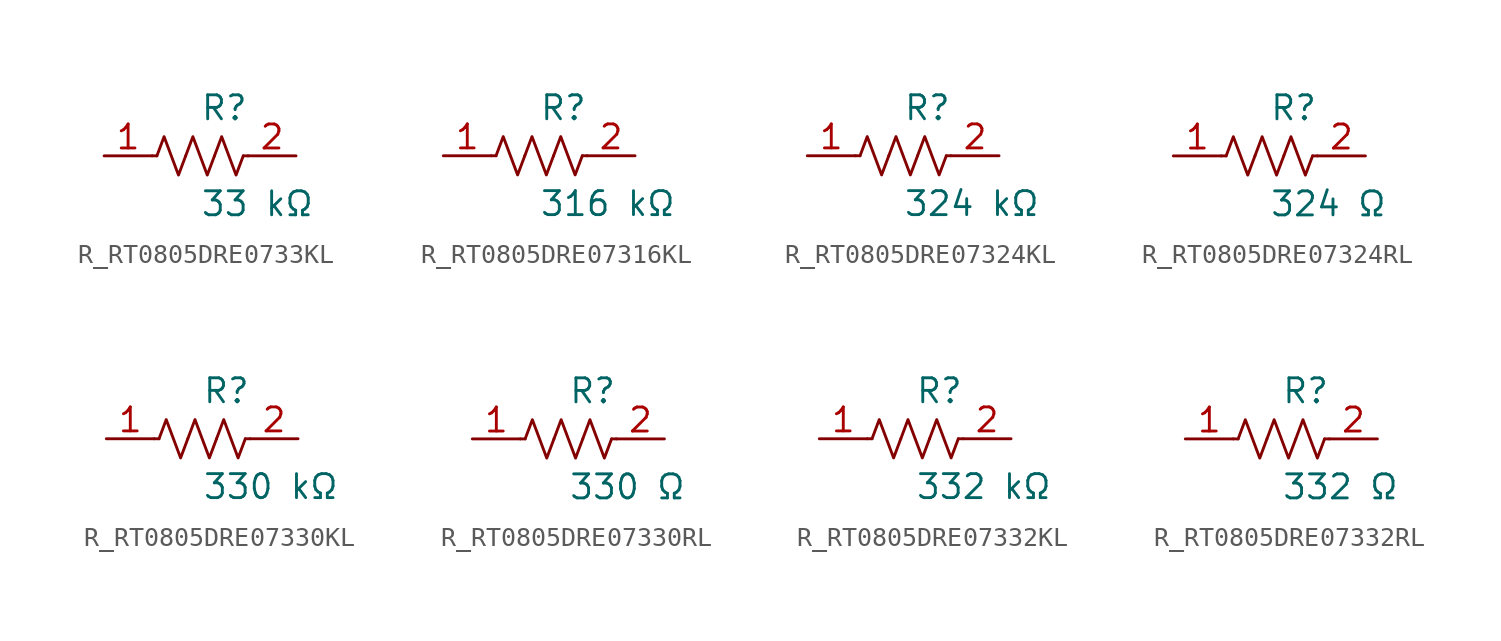
<source format=kicad_sym>
(kicad_symbol_lib
  (version 20231120)
  (generator kicad_symbol_editor)
  (generator_version 8.0)
  (symbol "R_RT0805DRE0733KL"
    (pin_names
      (offset 0.254))
    (property "Reference" "R"
      (at 0 2.54 0)
      (effects (font (size 1.27 1.27)) (justify left)))
    (property "Value" "33 kΩ"
      (at 0 -2.54 0)
      (effects (font (size 1.27 1.27)) (justify left)))
    (symbol "R_RT0805DRE0733KL_0_1"
      (polyline (pts (xy 2.286 0) (xy 2.54 0)) (stroke (width 0) (type default)) (fill (type none)))
      (polyline (pts (xy -2.286 0) (xy -2.54 0)) (stroke (width 0) (type default)) (fill (type none)))
      (polyline (pts (xy 0.762 0) (xy 1.143 1.016) (xy 1.524 0) (xy 1.905 -1.016) (xy 2.286 0)) (stroke (width 0) (type default)) (fill (type none)))
      (polyline (pts (xy -0.762 0) (xy -0.381 1.016) (xy 0 0) (xy 0.381 -1.016) (xy 0.762 0)) (stroke (width 0) (type default)) (fill (type none)))
      (polyline (pts (xy -2.286 0) (xy -1.905 1.016) (xy -1.524 0) (xy -1.143 -1.016) (xy -0.762 0)) (stroke (width 0) (type default)) (fill (type none))))
    (pin passive line
      (at -5.08 0 0)
      (length 2.54)
      (name "" (effects (font (size 1.27 1.27))))
      (number "1" (effects (font (size 1.27 1.27)))))
    (pin passive line
      (at 5.08 0 180)
      (length 2.54)
      (name "" (effects (font (size 1.27 1.27))))
      (number "2" (effects (font (size 1.27 1.27))))))
  (symbol "R_RT0805DRE07316KL"
    (pin_names
      (offset 0.254))
    (property "Reference" "R"
      (at 0 2.54 0)
      (effects (font (size 1.27 1.27)) (justify left)))
    (property "Value" "316 kΩ"
      (at 0 -2.54 0)
      (effects (font (size 1.27 1.27)) (justify left)))
    (symbol "R_RT0805DRE07316KL_0_1"
      (polyline (pts (xy 2.286 0) (xy 2.54 0)) (stroke (width 0) (type default)) (fill (type none)))
      (polyline (pts (xy -2.286 0) (xy -2.54 0)) (stroke (width 0) (type default)) (fill (type none)))
      (polyline (pts (xy 0.762 0) (xy 1.143 1.016) (xy 1.524 0) (xy 1.905 -1.016) (xy 2.286 0)) (stroke (width 0) (type default)) (fill (type none)))
      (polyline (pts (xy -0.762 0) (xy -0.381 1.016) (xy 0 0) (xy 0.381 -1.016) (xy 0.762 0)) (stroke (width 0) (type default)) (fill (type none)))
      (polyline (pts (xy -2.286 0) (xy -1.905 1.016) (xy -1.524 0) (xy -1.143 -1.016) (xy -0.762 0)) (stroke (width 0) (type default)) (fill (type none))))
    (pin passive line
      (at -5.08 0 0)
      (length 2.54)
      (name "" (effects (font (size 1.27 1.27))))
      (number "1" (effects (font (size 1.27 1.27)))))
    (pin passive line
      (at 5.08 0 180)
      (length 2.54)
      (name "" (effects (font (size 1.27 1.27))))
      (number "2" (effects (font (size 1.27 1.27))))))
  (symbol "R_RT0805DRE07324KL"
    (pin_names
      (offset 0.254))
    (property "Reference" "R"
      (at 0 2.54 0)
      (effects (font (size 1.27 1.27)) (justify left)))
    (property "Value" "324 kΩ"
      (at 0 -2.54 0)
      (effects (font (size 1.27 1.27)) (justify left)))
    (symbol "R_RT0805DRE07324KL_0_1"
      (polyline (pts (xy 2.286 0) (xy 2.54 0)) (stroke (width 0) (type default)) (fill (type none)))
      (polyline (pts (xy -2.286 0) (xy -2.54 0)) (stroke (width 0) (type default)) (fill (type none)))
      (polyline (pts (xy 0.762 0) (xy 1.143 1.016) (xy 1.524 0) (xy 1.905 -1.016) (xy 2.286 0)) (stroke (width 0) (type default)) (fill (type none)))
      (polyline (pts (xy -0.762 0) (xy -0.381 1.016) (xy 0 0) (xy 0.381 -1.016) (xy 0.762 0)) (stroke (width 0) (type default)) (fill (type none)))
      (polyline (pts (xy -2.286 0) (xy -1.905 1.016) (xy -1.524 0) (xy -1.143 -1.016) (xy -0.762 0)) (stroke (width 0) (type default)) (fill (type none))))
    (pin passive line
      (at -5.08 0 0)
      (length 2.54)
      (name "" (effects (font (size 1.27 1.27))))
      (number "1" (effects (font (size 1.27 1.27)))))
    (pin passive line
      (at 5.08 0 180)
      (length 2.54)
      (name "" (effects (font (size 1.27 1.27))))
      (number "2" (effects (font (size 1.27 1.27))))))
  (symbol "R_RT0805DRE07324RL"
    (pin_names
      (offset 0.254))
    (property "Reference" "R"
      (at 0 2.54 0)
      (effects (font (size 1.27 1.27)) (justify left)))
    (property "Value" "324 Ω"
      (at 0 -2.54 0)
      (effects (font (size 1.27 1.27)) (justify left)))
    (symbol "R_RT0805DRE07324RL_0_1"
      (polyline (pts (xy 2.286 0) (xy 2.54 0)) (stroke (width 0) (type default)) (fill (type none)))
      (polyline (pts (xy -2.286 0) (xy -2.54 0)) (stroke (width 0) (type default)) (fill (type none)))
      (polyline (pts (xy 0.762 0) (xy 1.143 1.016) (xy 1.524 0) (xy 1.905 -1.016) (xy 2.286 0)) (stroke (width 0) (type default)) (fill (type none)))
      (polyline (pts (xy -0.762 0) (xy -0.381 1.016) (xy 0 0) (xy 0.381 -1.016) (xy 0.762 0)) (stroke (width 0) (type default)) (fill (type none)))
      (polyline (pts (xy -2.286 0) (xy -1.905 1.016) (xy -1.524 0) (xy -1.143 -1.016) (xy -0.762 0)) (stroke (width 0) (type default)) (fill (type none))))
    (pin passive line
      (at -5.08 0 0)
      (length 2.54)
      (name "" (effects (font (size 1.27 1.27))))
      (number "1" (effects (font (size 1.27 1.27)))))
    (pin passive line
      (at 5.08 0 180)
      (length 2.54)
      (name "" (effects (font (size 1.27 1.27))))
      (number "2" (effects (font (size 1.27 1.27))))))
  (symbol "R_RT0805DRE07330KL"
    (pin_names
      (offset 0.254))
    (property "Reference" "R"
      (at 0 2.54 0)
      (effects (font (size 1.27 1.27)) (justify left)))
    (property "Value" "330 kΩ"
      (at 0 -2.54 0)
      (effects (font (size 1.27 1.27)) (justify left)))
    (symbol "R_RT0805DRE07330KL_0_1"
      (polyline (pts (xy 2.286 0) (xy 2.54 0)) (stroke (width 0) (type default)) (fill (type none)))
      (polyline (pts (xy -2.286 0) (xy -2.54 0)) (stroke (width 0) (type default)) (fill (type none)))
      (polyline (pts (xy 0.762 0) (xy 1.143 1.016) (xy 1.524 0) (xy 1.905 -1.016) (xy 2.286 0)) (stroke (width 0) (type default)) (fill (type none)))
      (polyline (pts (xy -0.762 0) (xy -0.381 1.016) (xy 0 0) (xy 0.381 -1.016) (xy 0.762 0)) (stroke (width 0) (type default)) (fill (type none)))
      (polyline (pts (xy -2.286 0) (xy -1.905 1.016) (xy -1.524 0) (xy -1.143 -1.016) (xy -0.762 0)) (stroke (width 0) (type default)) (fill (type none))))
    (pin passive line
      (at -5.08 0 0)
      (length 2.54)
      (name "" (effects (font (size 1.27 1.27))))
      (number "1" (effects (font (size 1.27 1.27)))))
    (pin passive line
      (at 5.08 0 180)
      (length 2.54)
      (name "" (effects (font (size 1.27 1.27))))
      (number "2" (effects (font (size 1.27 1.27))))))
  (symbol "R_RT0805DRE07330RL"
    (pin_names
      (offset 0.254))
    (property "Reference" "R"
      (at 0 2.54 0)
      (effects (font (size 1.27 1.27)) (justify left)))
    (property "Value" "330 Ω"
      (at 0 -2.54 0)
      (effects (font (size 1.27 1.27)) (justify left)))
    (symbol "R_RT0805DRE07330RL_0_1"
      (polyline (pts (xy 2.286 0) (xy 2.54 0)) (stroke (width 0) (type default)) (fill (type none)))
      (polyline (pts (xy -2.286 0) (xy -2.54 0)) (stroke (width 0) (type default)) (fill (type none)))
      (polyline (pts (xy 0.762 0) (xy 1.143 1.016) (xy 1.524 0) (xy 1.905 -1.016) (xy 2.286 0)) (stroke (width 0) (type default)) (fill (type none)))
      (polyline (pts (xy -0.762 0) (xy -0.381 1.016) (xy 0 0) (xy 0.381 -1.016) (xy 0.762 0)) (stroke (width 0) (type default)) (fill (type none)))
      (polyline (pts (xy -2.286 0) (xy -1.905 1.016) (xy -1.524 0) (xy -1.143 -1.016) (xy -0.762 0)) (stroke (width 0) (type default)) (fill (type none))))
    (pin passive line
      (at -5.08 0 0)
      (length 2.54)
      (name "" (effects (font (size 1.27 1.27))))
      (number "1" (effects (font (size 1.27 1.27)))))
    (pin passive line
      (at 5.08 0 180)
      (length 2.54)
      (name "" (effects (font (size 1.27 1.27))))
      (number "2" (effects (font (size 1.27 1.27))))))
  (symbol "R_RT0805DRE07332KL"
    (pin_names
      (offset 0.254))
    (property "Reference" "R"
      (at 0 2.54 0)
      (effects (font (size 1.27 1.27)) (justify left)))
    (property "Value" "332 kΩ"
      (at 0 -2.54 0)
      (effects (font (size 1.27 1.27)) (justify left)))
    (symbol "R_RT0805DRE07332KL_0_1"
      (polyline (pts (xy 2.286 0) (xy 2.54 0)) (stroke (width 0) (type default)) (fill (type none)))
      (polyline (pts (xy -2.286 0) (xy -2.54 0)) (stroke (width 0) (type default)) (fill (type none)))
      (polyline (pts (xy 0.762 0) (xy 1.143 1.016) (xy 1.524 0) (xy 1.905 -1.016) (xy 2.286 0)) (stroke (width 0) (type default)) (fill (type none)))
      (polyline (pts (xy -0.762 0) (xy -0.381 1.016) (xy 0 0) (xy 0.381 -1.016) (xy 0.762 0)) (stroke (width 0) (type default)) (fill (type none)))
      (polyline (pts (xy -2.286 0) (xy -1.905 1.016) (xy -1.524 0) (xy -1.143 -1.016) (xy -0.762 0)) (stroke (width 0) (type default)) (fill (type none))))
    (pin passive line
      (at -5.08 0 0)
      (length 2.54)
      (name "" (effects (font (size 1.27 1.27))))
      (number "1" (effects (font (size 1.27 1.27)))))
    (pin passive line
      (at 5.08 0 180)
      (length 2.54)
      (name "" (effects (font (size 1.27 1.27))))
      (number "2" (effects (font (size 1.27 1.27))))))
  (symbol "R_RT0805DRE07332RL"
    (pin_names
      (offset 0.254))
    (property "Reference" "R"
      (at 0 2.54 0)
      (effects (font (size 1.27 1.27)) (justify left)))
    (property "Value" "332 Ω"
      (at 0 -2.54 0)
      (effects (font (size 1.27 1.27)) (justify left)))
    (symbol "R_RT0805DRE07332RL_0_1"
      (polyline (pts (xy 2.286 0) (xy 2.54 0)) (stroke (width 0) (type default)) (fill (type none)))
      (polyline (pts (xy -2.286 0) (xy -2.54 0)) (stroke (width 0) (type default)) (fill (type none)))
      (polyline (pts (xy 0.762 0) (xy 1.143 1.016) (xy 1.524 0) (xy 1.905 -1.016) (xy 2.286 0)) (stroke (width 0) (type default)) (fill (type none)))
      (polyline (pts (xy -0.762 0) (xy -0.381 1.016) (xy 0 0) (xy 0.381 -1.016) (xy 0.762 0)) (stroke (width 0) (type default)) (fill (type none)))
      (polyline (pts (xy -2.286 0) (xy -1.905 1.016) (xy -1.524 0) (xy -1.143 -1.016) (xy -0.762 0)) (stroke (width 0) (type default)) (fill (type none))))
    (pin passive line
      (at -5.08 0 0)
      (length 2.54)
      (name "" (effects (font (size 1.27 1.27))))
      (number "1" (effects (font (size 1.27 1.27)))))
    (pin passive line
      (at 5.08 0 180)
      (length 2.54)
      (name "" (effects (font (size 1.27 1.27))))
      (number "2" (effects (font (size 1.27 1.27)))))))
</source>
